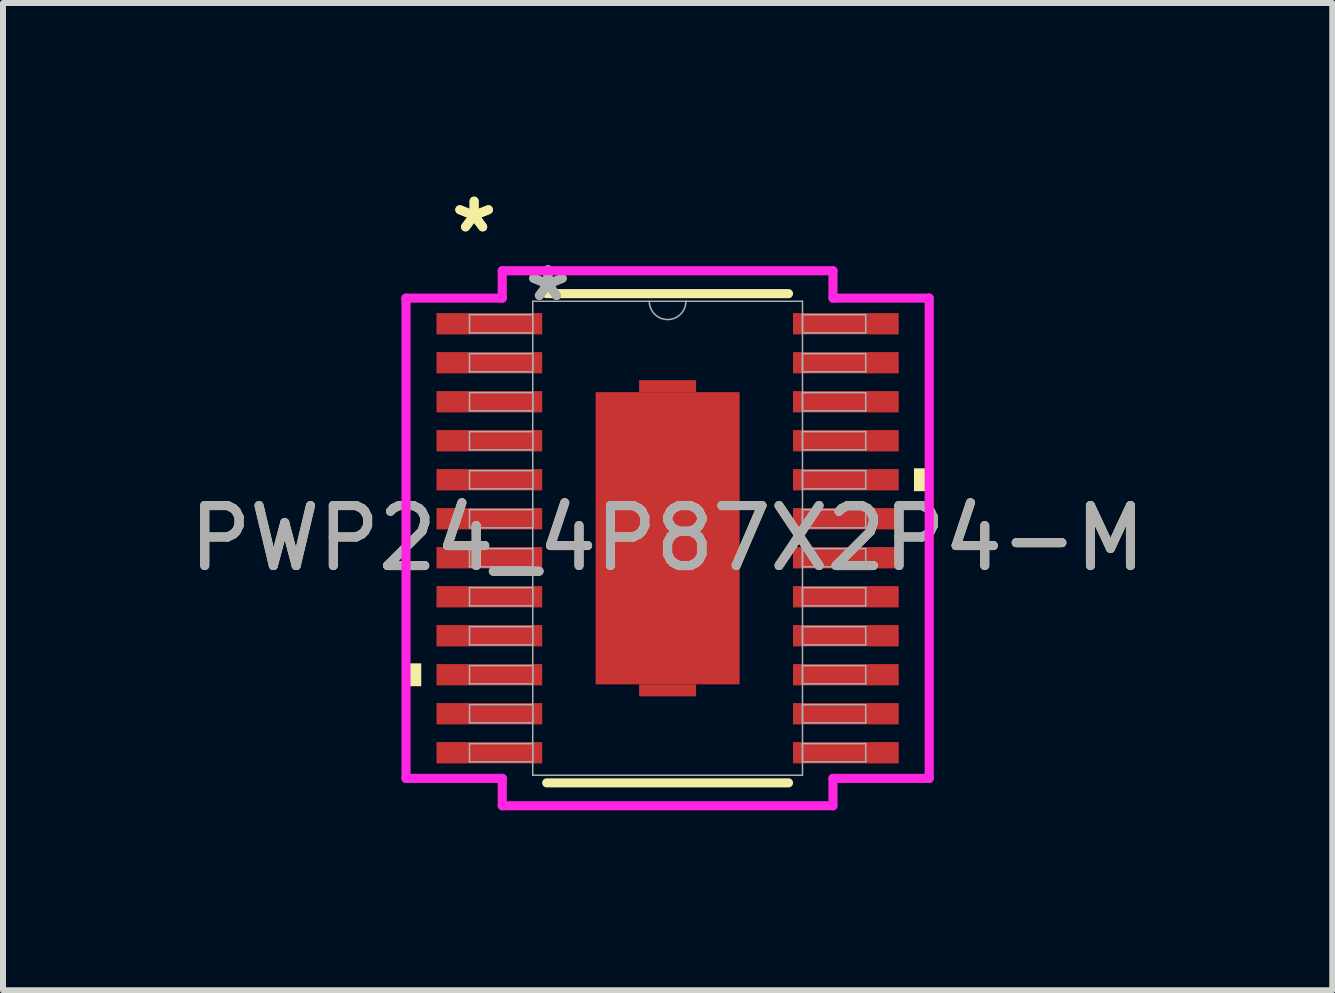
<source format=kicad_pcb>
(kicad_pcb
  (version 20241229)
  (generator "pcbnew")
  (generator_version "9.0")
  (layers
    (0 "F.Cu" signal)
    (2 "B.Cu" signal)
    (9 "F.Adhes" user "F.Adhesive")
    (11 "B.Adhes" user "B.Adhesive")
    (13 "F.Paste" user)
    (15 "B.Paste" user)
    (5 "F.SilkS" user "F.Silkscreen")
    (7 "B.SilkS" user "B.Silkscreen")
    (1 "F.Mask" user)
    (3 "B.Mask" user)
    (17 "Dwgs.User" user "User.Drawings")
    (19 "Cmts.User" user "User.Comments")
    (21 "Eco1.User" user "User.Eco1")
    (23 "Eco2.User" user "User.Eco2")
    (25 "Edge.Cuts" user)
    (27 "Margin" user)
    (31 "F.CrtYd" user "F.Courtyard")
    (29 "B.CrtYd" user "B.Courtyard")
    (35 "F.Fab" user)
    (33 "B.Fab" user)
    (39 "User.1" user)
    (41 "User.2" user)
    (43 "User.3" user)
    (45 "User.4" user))
  (footprint "PWP24_4P87X2P4-M"
    (layer "F.Cu")
    (at 8.077 5.921)
    (property "Reference" "PWP24_4P87X2P4-M" (at 0 0 0) (unlocked yes) (layer "F.SilkS") (effects (font (size 1 1) (thickness 0.15))))
    (attr smd)
    (fp_poly (pts (xy -0.475 -2.435) (xy -0.475 -2.635) (xy 0.475 -2.635) (xy 0.475 -2.435)) (stroke (width 0) (type solid)) (fill yes) (layer "F.Cu"))
    (fp_poly (pts (xy -0.475 2.435) (xy -0.475 2.635) (xy 0.475 2.635) (xy 0.475 2.435)) (stroke (width 0) (type solid)) (fill yes) (layer "F.Cu"))
    (fp_poly (pts (xy -0.475 -2.435) (xy -0.475 -2.635) (xy 0.475 -2.635) (xy 0.475 -2.435)) (stroke (width 0) (type solid)) (fill yes) (layer "F.Mask"))
    (fp_poly (pts (xy -0.475 2.435) (xy -0.475 2.635) (xy 0.475 2.635) (xy 0.475 2.435)) (stroke (width 0) (type solid)) (fill yes) (layer "F.Mask"))
    (fp_line (start -2.015 4.077) (end 2.015 4.077) (stroke (width 0.152) (type solid)) (layer "F.SilkS"))
    (fp_line (start 2.015 -4.077) (end -2.015 -4.077) (stroke (width 0.152) (type solid)) (layer "F.SilkS"))
    (fp_poly (pts (xy -4.36 2.085) (xy -4.36 2.466) (xy -4.106 2.466) (xy -4.106 2.085)) (stroke (width 0) (type solid)) (fill yes) (layer "F.SilkS"))
    (fp_poly (pts (xy 4.36 -1.166) (xy 4.36 -0.785) (xy 4.106 -0.785) (xy 4.106 -1.166)) (stroke (width 0) (type solid)) (fill yes) (layer "F.SilkS"))
    (fp_poly (pts (xy -1.1 -2.335) (xy -1.1 -0.912) (xy 1.1 -0.912) (xy 1.1 -2.335)) (stroke (width 0) (type solid)) (fill yes) (layer "F.Paste"))
    (fp_poly (pts (xy -1.1 -0.712) (xy -1.1 0.712) (xy 1.1 0.712) (xy 1.1 -0.712)) (stroke (width 0) (type solid)) (fill yes) (layer "F.Paste"))
    (fp_poly (pts (xy -1.1 0.912) (xy -1.1 2.335) (xy 1.1 2.335) (xy 1.1 0.912)) (stroke (width 0) (type solid)) (fill yes) (layer "F.Paste"))
    (fp_line (start -4.36 -4.002) (end -2.756 -4.002) (stroke (width 0.152) (type solid)) (layer "F.CrtYd"))
    (fp_line (start -4.36 4.002) (end -4.36 -4.002) (stroke (width 0.152) (type solid)) (layer "F.CrtYd"))
    (fp_line (start -4.36 4.002) (end -2.756 4.002) (stroke (width 0.152) (type solid)) (layer "F.CrtYd"))
    (fp_line (start -2.756 -4.458) (end 2.756 -4.458) (stroke (width 0.152) (type solid)) (layer "F.CrtYd"))
    (fp_line (start -2.756 -4.002) (end -2.756 -4.458) (stroke (width 0.152) (type solid)) (layer "F.CrtYd"))
    (fp_line (start -2.756 4.458) (end -2.756 4.002) (stroke (width 0.152) (type solid)) (layer "F.CrtYd"))
    (fp_line (start 2.756 -4.458) (end 2.756 -4.002) (stroke (width 0.152) (type solid)) (layer "F.CrtYd"))
    (fp_line (start 2.756 4.002) (end 2.756 4.458) (stroke (width 0.152) (type solid)) (layer "F.CrtYd"))
    (fp_line (start 2.756 4.458) (end -2.756 4.458) (stroke (width 0.152) (type solid)) (layer "F.CrtYd"))
    (fp_line (start 4.36 -4.002) (end 2.756 -4.002) (stroke (width 0.152) (type solid)) (layer "F.CrtYd"))
    (fp_line (start 4.36 -4.002) (end 4.36 4.002) (stroke (width 0.152) (type solid)) (layer "F.CrtYd"))
    (fp_line (start 4.36 4.002) (end 2.756 4.002) (stroke (width 0.152) (type solid)) (layer "F.CrtYd"))
    (fp_line (start -3.302 -3.727) (end -3.302 -3.423) (stroke (width 0.025) (type solid)) (layer "F.Fab"))
    (fp_line (start -3.302 -3.423) (end -2.248 -3.423) (stroke (width 0.025) (type solid)) (layer "F.Fab"))
    (fp_line (start -3.302 -3.077) (end -3.302 -2.773) (stroke (width 0.025) (type solid)) (layer "F.Fab"))
    (fp_line (start -3.302 -2.773) (end -2.248 -2.773) (stroke (width 0.025) (type solid)) (layer "F.Fab"))
    (fp_line (start -3.302 -2.427) (end -3.302 -2.123) (stroke (width 0.025) (type solid)) (layer "F.Fab"))
    (fp_line (start -3.302 -2.123) (end -2.248 -2.123) (stroke (width 0.025) (type solid)) (layer "F.Fab"))
    (fp_line (start -3.302 -1.777) (end -3.302 -1.473) (stroke (width 0.025) (type solid)) (layer "F.Fab"))
    (fp_line (start -3.302 -1.473) (end -2.248 -1.473) (stroke (width 0.025) (type solid)) (layer "F.Fab"))
    (fp_line (start -3.302 -1.127) (end -3.302 -0.823) (stroke (width 0.025) (type solid)) (layer "F.Fab"))
    (fp_line (start -3.302 -0.823) (end -2.248 -0.823) (stroke (width 0.025) (type solid)) (layer "F.Fab"))
    (fp_line (start -3.302 -0.477) (end -3.302 -0.173) (stroke (width 0.025) (type solid)) (layer "F.Fab"))
    (fp_line (start -3.302 -0.173) (end -2.248 -0.173) (stroke (width 0.025) (type solid)) (layer "F.Fab"))
    (fp_line (start -3.302 0.173) (end -3.302 0.477) (stroke (width 0.025) (type solid)) (layer "F.Fab"))
    (fp_line (start -3.302 0.477) (end -2.248 0.477) (stroke (width 0.025) (type solid)) (layer "F.Fab"))
    (fp_line (start -3.302 0.823) (end -3.302 1.127) (stroke (width 0.025) (type solid)) (layer "F.Fab"))
    (fp_line (start -3.302 1.127) (end -2.248 1.127) (stroke (width 0.025) (type solid)) (layer "F.Fab"))
    (fp_line (start -3.302 1.473) (end -3.302 1.777) (stroke (width 0.025) (type solid)) (layer "F.Fab"))
    (fp_line (start -3.302 1.777) (end -2.248 1.777) (stroke (width 0.025) (type solid)) (layer "F.Fab"))
    (fp_line (start -3.302 2.123) (end -3.302 2.427) (stroke (width 0.025) (type solid)) (layer "F.Fab"))
    (fp_line (start -3.302 2.427) (end -2.248 2.427) (stroke (width 0.025) (type solid)) (layer "F.Fab"))
    (fp_line (start -3.302 2.773) (end -3.302 3.077) (stroke (width 0.025) (type solid)) (layer "F.Fab"))
    (fp_line (start -3.302 3.077) (end -2.248 3.077) (stroke (width 0.025) (type solid)) (layer "F.Fab"))
    (fp_line (start -3.302 3.423) (end -3.302 3.727) (stroke (width 0.025) (type solid)) (layer "F.Fab"))
    (fp_line (start -3.302 3.727) (end -2.248 3.727) (stroke (width 0.025) (type solid)) (layer "F.Fab"))
    (fp_line (start -2.248 -3.95) (end -2.248 3.95) (stroke (width 0.025) (type solid)) (layer "F.Fab"))
    (fp_line (start -2.248 -3.727) (end -3.302 -3.727) (stroke (width 0.025) (type solid)) (layer "F.Fab"))
    (fp_line (start -2.248 -3.423) (end -2.248 -3.727) (stroke (width 0.025) (type solid)) (layer "F.Fab"))
    (fp_line (start -2.248 -3.077) (end -3.302 -3.077) (stroke (width 0.025) (type solid)) (layer "F.Fab"))
    (fp_line (start -2.248 -2.773) (end -2.248 -3.077) (stroke (width 0.025) (type solid)) (layer "F.Fab"))
    (fp_line (start -2.248 -2.427) (end -3.302 -2.427) (stroke (width 0.025) (type solid)) (layer "F.Fab"))
    (fp_line (start -2.248 -2.123) (end -2.248 -2.427) (stroke (width 0.025) (type solid)) (layer "F.Fab"))
    (fp_line (start -2.248 -1.777) (end -3.302 -1.777) (stroke (width 0.025) (type solid)) (layer "F.Fab"))
    (fp_line (start -2.248 -1.473) (end -2.248 -1.777) (stroke (width 0.025) (type solid)) (layer "F.Fab"))
    (fp_line (start -2.248 -1.127) (end -3.302 -1.127) (stroke (width 0.025) (type solid)) (layer "F.Fab"))
    (fp_line (start -2.248 -0.823) (end -2.248 -1.127) (stroke (width 0.025) (type solid)) (layer "F.Fab"))
    (fp_line (start -2.248 -0.477) (end -3.302 -0.477) (stroke (width 0.025) (type solid)) (layer "F.Fab"))
    (fp_line (start -2.248 -0.173) (end -2.248 -0.477) (stroke (width 0.025) (type solid)) (layer "F.Fab"))
    (fp_line (start -2.248 0.173) (end -3.302 0.173) (stroke (width 0.025) (type solid)) (layer "F.Fab"))
    (fp_line (start -2.248 0.477) (end -2.248 0.173) (stroke (width 0.025) (type solid)) (layer "F.Fab"))
    (fp_line (start -2.248 0.823) (end -3.302 0.823) (stroke (width 0.025) (type solid)) (layer "F.Fab"))
    (fp_line (start -2.248 1.127) (end -2.248 0.823) (stroke (width 0.025) (type solid)) (layer "F.Fab"))
    (fp_line (start -2.248 1.473) (end -3.302 1.473) (stroke (width 0.025) (type solid)) (layer "F.Fab"))
    (fp_line (start -2.248 1.777) (end -2.248 1.473) (stroke (width 0.025) (type solid)) (layer "F.Fab"))
    (fp_line (start -2.248 2.123) (end -3.302 2.123) (stroke (width 0.025) (type solid)) (layer "F.Fab"))
    (fp_line (start -2.248 2.427) (end -2.248 2.123) (stroke (width 0.025) (type solid)) (layer "F.Fab"))
    (fp_line (start -2.248 2.773) (end -3.302 2.773) (stroke (width 0.025) (type solid)) (layer "F.Fab"))
    (fp_line (start -2.248 3.077) (end -2.248 2.773) (stroke (width 0.025) (type solid)) (layer "F.Fab"))
    (fp_line (start -2.248 3.423) (end -3.302 3.423) (stroke (width 0.025) (type solid)) (layer "F.Fab"))
    (fp_line (start -2.248 3.727) (end -2.248 3.423) (stroke (width 0.025) (type solid)) (layer "F.Fab"))
    (fp_line (start -2.248 3.95) (end 2.248 3.95) (stroke (width 0.025) (type solid)) (layer "F.Fab"))
    (fp_line (start 2.248 -3.95) (end -2.248 -3.95) (stroke (width 0.025) (type solid)) (layer "F.Fab"))
    (fp_line (start 2.248 -3.727) (end 2.248 -3.423) (stroke (width 0.025) (type solid)) (layer "F.Fab"))
    (fp_line (start 2.248 -3.423) (end 3.302 -3.423) (stroke (width 0.025) (type solid)) (layer "F.Fab"))
    (fp_line (start 2.248 -3.077) (end 2.248 -2.773) (stroke (width 0.025) (type solid)) (layer "F.Fab"))
    (fp_line (start 2.248 -2.773) (end 3.302 -2.773) (stroke (width 0.025) (type solid)) (layer "F.Fab"))
    (fp_line (start 2.248 -2.427) (end 2.248 -2.123) (stroke (width 0.025) (type solid)) (layer "F.Fab"))
    (fp_line (start 2.248 -2.123) (end 3.302 -2.123) (stroke (width 0.025) (type solid)) (layer "F.Fab"))
    (fp_line (start 2.248 -1.777) (end 2.248 -1.473) (stroke (width 0.025) (type solid)) (layer "F.Fab"))
    (fp_line (start 2.248 -1.473) (end 3.302 -1.473) (stroke (width 0.025) (type solid)) (layer "F.Fab"))
    (fp_line (start 2.248 -1.127) (end 2.248 -0.823) (stroke (width 0.025) (type solid)) (layer "F.Fab"))
    (fp_line (start 2.248 -0.823) (end 3.302 -0.823) (stroke (width 0.025) (type solid)) (layer "F.Fab"))
    (fp_line (start 2.248 -0.477) (end 2.248 -0.173) (stroke (width 0.025) (type solid)) (layer "F.Fab"))
    (fp_line (start 2.248 -0.173) (end 3.302 -0.173) (stroke (width 0.025) (type solid)) (layer "F.Fab"))
    (fp_line (start 2.248 0.173) (end 2.248 0.477) (stroke (width 0.025) (type solid)) (layer "F.Fab"))
    (fp_line (start 2.248 0.477) (end 3.302 0.477) (stroke (width 0.025) (type solid)) (layer "F.Fab"))
    (fp_line (start 2.248 0.823) (end 2.248 1.127) (stroke (width 0.025) (type solid)) (layer "F.Fab"))
    (fp_line (start 2.248 1.127) (end 3.302 1.127) (stroke (width 0.025) (type solid)) (layer "F.Fab"))
    (fp_line (start 2.248 1.473) (end 2.248 1.777) (stroke (width 0.025) (type solid)) (layer "F.Fab"))
    (fp_line (start 2.248 1.777) (end 3.302 1.777) (stroke (width 0.025) (type solid)) (layer "F.Fab"))
    (fp_line (start 2.248 2.123) (end 2.248 2.427) (stroke (width 0.025) (type solid)) (layer "F.Fab"))
    (fp_line (start 2.248 2.427) (end 3.302 2.427) (stroke (width 0.025) (type solid)) (layer "F.Fab"))
    (fp_line (start 2.248 2.773) (end 2.248 3.077) (stroke (width 0.025) (type solid)) (layer "F.Fab"))
    (fp_line (start 2.248 3.077) (end 3.302 3.077) (stroke (width 0.025) (type solid)) (layer "F.Fab"))
    (fp_line (start 2.248 3.423) (end 2.248 3.727) (stroke (width 0.025) (type solid)) (layer "F.Fab"))
    (fp_line (start 2.248 3.727) (end 3.302 3.727) (stroke (width 0.025) (type solid)) (layer "F.Fab"))
    (fp_line (start 2.248 3.95) (end 2.248 -3.95) (stroke (width 0.025) (type solid)) (layer "F.Fab"))
    (fp_line (start 3.302 -3.727) (end 2.248 -3.727) (stroke (width 0.025) (type solid)) (layer "F.Fab"))
    (fp_line (start 3.302 -3.423) (end 3.302 -3.727) (stroke (width 0.025) (type solid)) (layer "F.Fab"))
    (fp_line (start 3.302 -3.077) (end 2.248 -3.077) (stroke (width 0.025) (type solid)) (layer "F.Fab"))
    (fp_line (start 3.302 -2.773) (end 3.302 -3.077) (stroke (width 0.025) (type solid)) (layer "F.Fab"))
    (fp_line (start 3.302 -2.427) (end 2.248 -2.427) (stroke (width 0.025) (type solid)) (layer "F.Fab"))
    (fp_line (start 3.302 -2.123) (end 3.302 -2.427) (stroke (width 0.025) (type solid)) (layer "F.Fab"))
    (fp_line (start 3.302 -1.777) (end 2.248 -1.777) (stroke (width 0.025) (type solid)) (layer "F.Fab"))
    (fp_line (start 3.302 -1.473) (end 3.302 -1.777) (stroke (width 0.025) (type solid)) (layer "F.Fab"))
    (fp_line (start 3.302 -1.127) (end 2.248 -1.127) (stroke (width 0.025) (type solid)) (layer "F.Fab"))
    (fp_line (start 3.302 -0.823) (end 3.302 -1.127) (stroke (width 0.025) (type solid)) (layer "F.Fab"))
    (fp_line (start 3.302 -0.477) (end 2.248 -0.477) (stroke (width 0.025) (type solid)) (layer "F.Fab"))
    (fp_line (start 3.302 -0.173) (end 3.302 -0.477) (stroke (width 0.025) (type solid)) (layer "F.Fab"))
    (fp_line (start 3.302 0.173) (end 2.248 0.173) (stroke (width 0.025) (type solid)) (layer "F.Fab"))
    (fp_line (start 3.302 0.477) (end 3.302 0.173) (stroke (width 0.025) (type solid)) (layer "F.Fab"))
    (fp_line (start 3.302 0.823) (end 2.248 0.823) (stroke (width 0.025) (type solid)) (layer "F.Fab"))
    (fp_line (start 3.302 1.127) (end 3.302 0.823) (stroke (width 0.025) (type solid)) (layer "F.Fab"))
    (fp_line (start 3.302 1.473) (end 2.248 1.473) (stroke (width 0.025) (type solid)) (layer "F.Fab"))
    (fp_line (start 3.302 1.777) (end 3.302 1.473) (stroke (width 0.025) (type solid)) (layer "F.Fab"))
    (fp_line (start 3.302 2.123) (end 2.248 2.123) (stroke (width 0.025) (type solid)) (layer "F.Fab"))
    (fp_line (start 3.302 2.427) (end 3.302 2.123) (stroke (width 0.025) (type solid)) (layer "F.Fab"))
    (fp_line (start 3.302 2.773) (end 2.248 2.773) (stroke (width 0.025) (type solid)) (layer "F.Fab"))
    (fp_line (start 3.302 3.077) (end 3.302 2.773) (stroke (width 0.025) (type solid)) (layer "F.Fab"))
    (fp_line (start 3.302 3.423) (end 2.248 3.423) (stroke (width 0.025) (type solid)) (layer "F.Fab"))
    (fp_line (start 3.302 3.727) (end 3.302 3.423) (stroke (width 0.025) (type solid)) (layer "F.Fab"))
    (fp_arc (start 0.3048 -3.9497) (mid 0 -3.6449) (end -0.3048 -3.9497) (stroke (width 0.0254) (type solid)) (layer "F.Fab"))
    (fp_text user "*" (at -3.225 -5.073 0) (unlocked yes) (layer "F.SilkS") (effects (font (size 1 1) (thickness 0.15))))
    (fp_text user "*" (at -3.225 -5.073 0) (layer "F.SilkS") (effects (font (size 1 1) (thickness 0.15))))
    (fp_text user "*" (at -1.994 -3.93 0) (layer "F.Fab") (effects (font (size 1 1) (thickness 0.15))))
    (fp_text user "${REFERENCE}" (at 0 0 0) (unlocked yes) (layer "F.Fab") (effects (font (size 1 1) (thickness 0.15))))
    (fp_text user "*" (at -1.994 -3.93 0) (unlocked yes) (layer "F.Fab") (effects (font (size 1 1) (thickness 0.15))))
    (pad "1" smd rect (at -2.971 -3.575) (size 1.762 0.355) (layers "F.Cu" "F.Mask" "F.Paste"))
    (pad "2" smd rect (at -2.971 -2.925) (size 1.762 0.355) (layers "F.Cu" "F.Mask" "F.Paste"))
    (pad "3" smd rect (at -2.971 -2.275) (size 1.762 0.355) (layers "F.Cu" "F.Mask" "F.Paste"))
    (pad "4" smd rect (at -2.971 -1.625) (size 1.762 0.355) (layers "F.Cu" "F.Mask" "F.Paste"))
    (pad "5" smd rect (at -2.971 -0.975) (size 1.762 0.355) (layers "F.Cu" "F.Mask" "F.Paste"))
    (pad "6" smd rect (at -2.971 -0.325) (size 1.762 0.355) (layers "F.Cu" "F.Mask" "F.Paste"))
    (pad "7" smd rect (at -2.971 0.325) (size 1.762 0.355) (layers "F.Cu" "F.Mask" "F.Paste"))
    (pad "8" smd rect (at -2.971 0.975) (size 1.762 0.355) (layers "F.Cu" "F.Mask" "F.Paste"))
    (pad "9" smd rect (at -2.971 1.625) (size 1.762 0.355) (layers "F.Cu" "F.Mask" "F.Paste"))
    (pad "10" smd rect (at -2.971 2.275) (size 1.762 0.355) (layers "F.Cu" "F.Mask" "F.Paste"))
    (pad "11" smd rect (at -2.971 2.925) (size 1.762 0.355) (layers "F.Cu" "F.Mask" "F.Paste"))
    (pad "12" smd rect (at -2.971 3.575) (size 1.762 0.355) (layers "F.Cu" "F.Mask" "F.Paste"))
    (pad "13" smd rect (at 2.971 3.575) (size 1.762 0.355) (layers "F.Cu" "F.Mask" "F.Paste"))
    (pad "14" smd rect (at 2.971 2.925) (size 1.762 0.355) (layers "F.Cu" "F.Mask" "F.Paste"))
    (pad "15" smd rect (at 2.971 2.275) (size 1.762 0.355) (layers "F.Cu" "F.Mask" "F.Paste"))
    (pad "16" smd rect (at 2.971 1.625) (size 1.762 0.355) (layers "F.Cu" "F.Mask" "F.Paste"))
    (pad "17" smd rect (at 2.971 0.975) (size 1.762 0.355) (layers "F.Cu" "F.Mask" "F.Paste"))
    (pad "18" smd rect (at 2.971 0.325) (size 1.762 0.355) (layers "F.Cu" "F.Mask" "F.Paste"))
    (pad "19" smd rect (at 2.971 -0.325) (size 1.762 0.355) (layers "F.Cu" "F.Mask" "F.Paste"))
    (pad "20" smd rect (at 2.971 -0.975) (size 1.762 0.355) (layers "F.Cu" "F.Mask" "F.Paste"))
    (pad "21" smd rect (at 2.971 -1.625) (size 1.762 0.355) (layers "F.Cu" "F.Mask" "F.Paste"))
    (pad "22" smd rect (at 2.971 -2.275) (size 1.762 0.355) (layers "F.Cu" "F.Mask" "F.Paste"))
    (pad "23" smd rect (at 2.971 -2.925) (size 1.762 0.355) (layers "F.Cu" "F.Mask" "F.Paste"))
    (pad "24" smd rect (at 2.971 -3.575) (size 1.762 0.355) (layers "F.Cu" "F.Mask" "F.Paste"))
    (pad "25" smd rect (at 0 0) (size 2.4 4.87) (layers "F.Cu" "F.Mask" "F.Paste")))
  (gr_rect
    (start -3 -3)
    (end 19.155 13.455)
    (stroke (width 0.1) (type default))
    (fill no)
    (layer "Edge.Cuts")))
</source>
